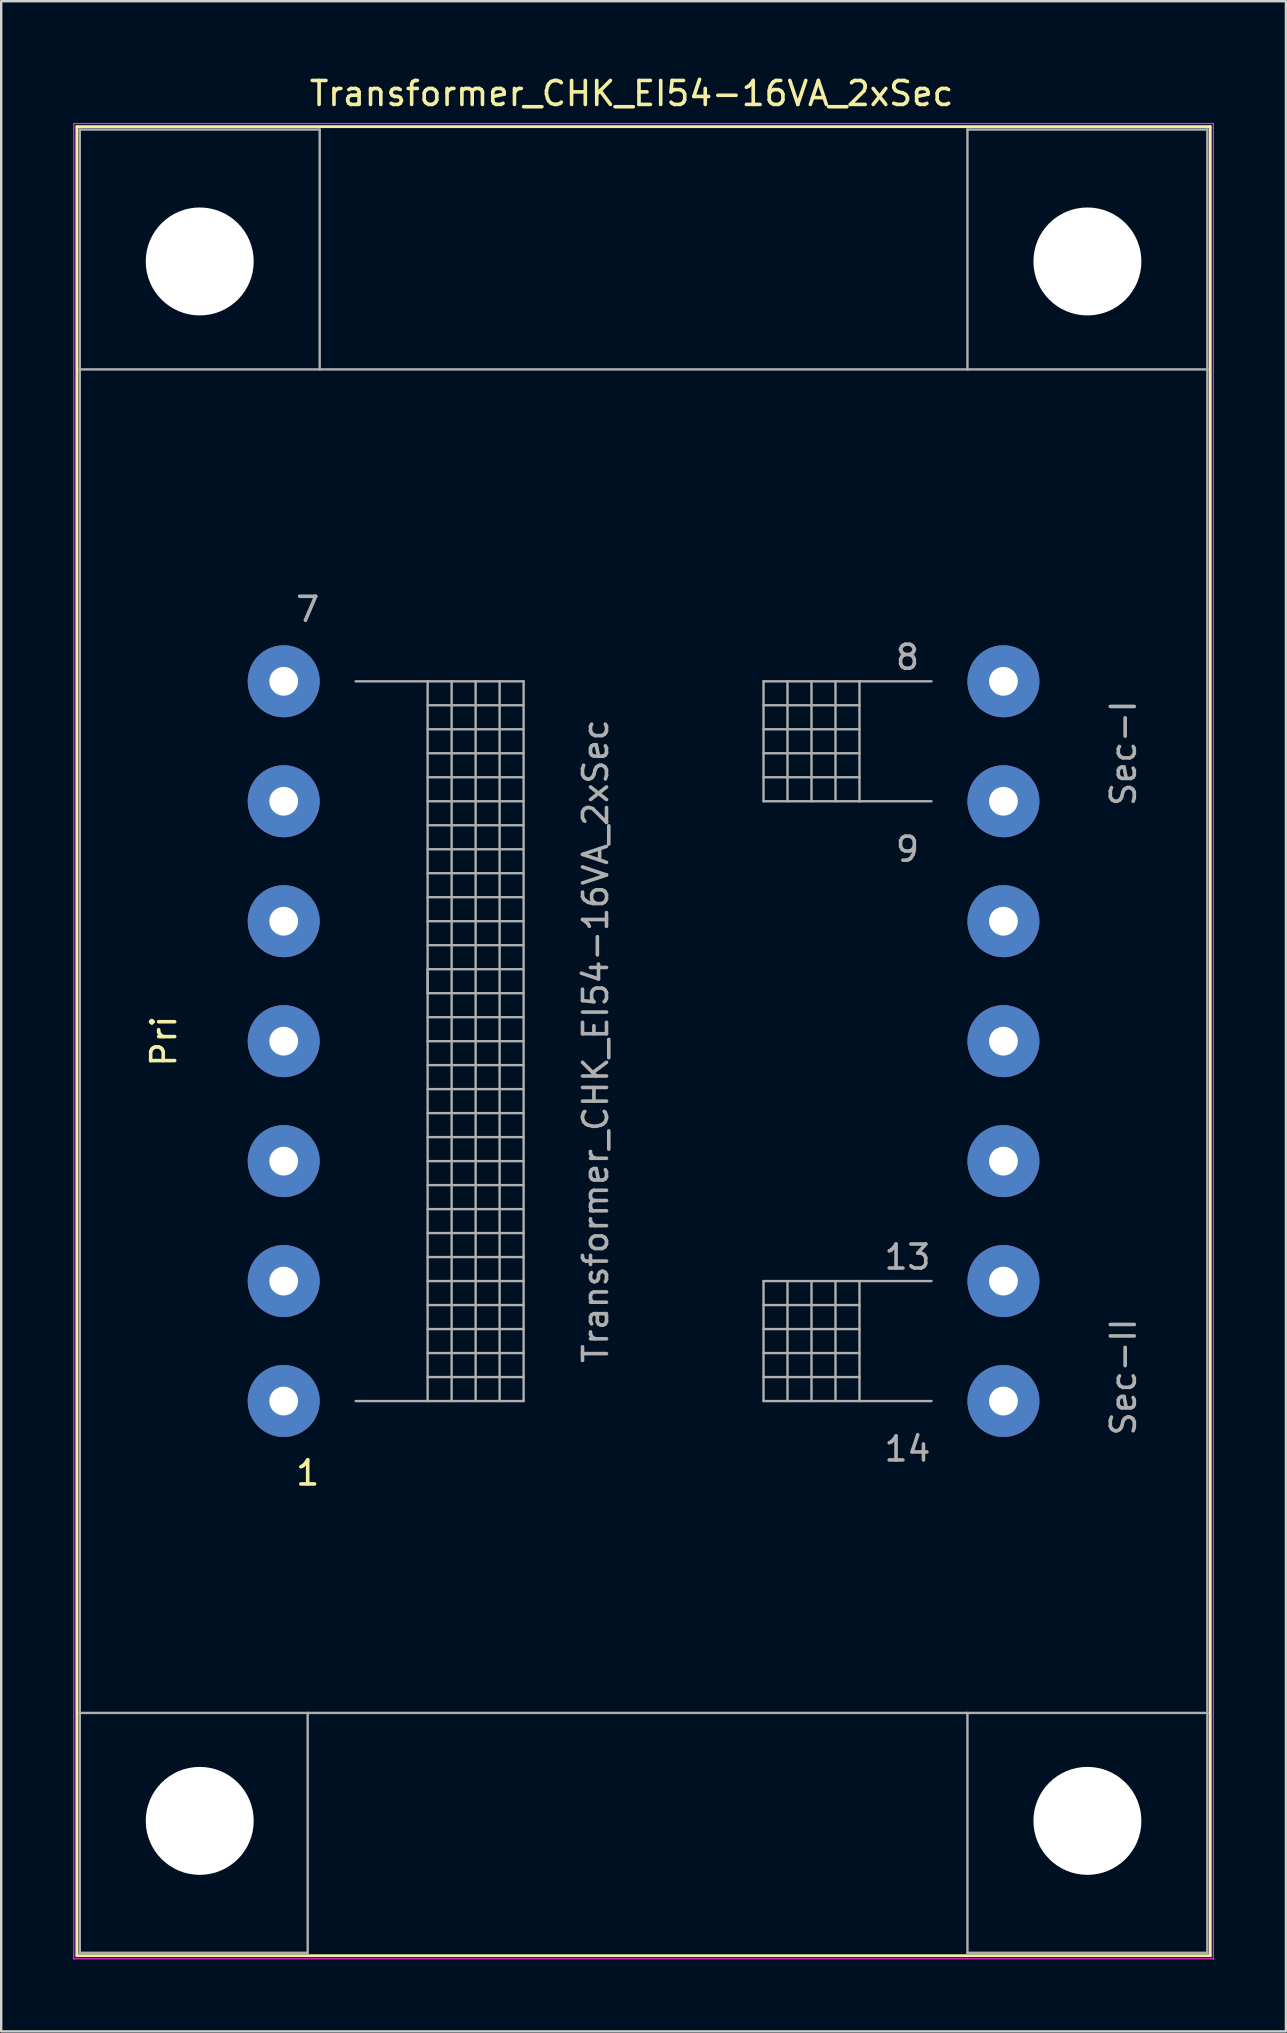
<source format=kicad_pcb>
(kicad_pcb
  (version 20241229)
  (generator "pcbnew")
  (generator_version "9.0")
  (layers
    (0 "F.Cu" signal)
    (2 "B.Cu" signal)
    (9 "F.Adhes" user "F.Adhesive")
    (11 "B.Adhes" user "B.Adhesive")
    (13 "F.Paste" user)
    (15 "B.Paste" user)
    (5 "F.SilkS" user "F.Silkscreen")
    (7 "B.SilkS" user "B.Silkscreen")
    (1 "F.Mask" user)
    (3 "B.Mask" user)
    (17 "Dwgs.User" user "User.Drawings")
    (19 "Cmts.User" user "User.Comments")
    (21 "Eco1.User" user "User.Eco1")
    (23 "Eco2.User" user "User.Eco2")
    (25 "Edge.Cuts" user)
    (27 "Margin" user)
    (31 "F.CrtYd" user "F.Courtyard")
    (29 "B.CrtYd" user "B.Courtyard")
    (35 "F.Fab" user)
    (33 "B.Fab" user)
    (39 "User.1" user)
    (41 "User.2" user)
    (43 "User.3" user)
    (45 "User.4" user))
  (footprint "Transformer_CHK_EI54-16VA_2xSec"
    (layer "F.Cu")
    (at 8.775 55.348)
    (property "Reference" "Transformer_CHK_EI54-16VA_2xSec" (at 14.5 -54.5 0) (layer "F.SilkS") (effects (font (size 1 1) (thickness 0.15))))
    (attr through_hole)
    (fp_line (start -8.62 -53.12) (end -8.62 23.12) (stroke (width 0.12) (type solid)) (layer "F.SilkS"))
    (fp_line (start -8.62 -53.12) (end 38.62 -53.12) (stroke (width 0.12) (type solid)) (layer "F.SilkS"))
    (fp_line (start 38.62 23.12) (end -8.62 23.12) (stroke (width 0.12) (type solid)) (layer "F.SilkS"))
    (fp_line (start 38.62 23.12) (end 38.62 -53.12) (stroke (width 0.12) (type solid)) (layer "F.SilkS"))
    (fp_line (start -8.75 -53.25) (end -8.75 23.25) (stroke (width 0.05) (type solid)) (layer "F.CrtYd"))
    (fp_line (start -8.75 -53.25) (end 38.75 -53.25) (stroke (width 0.05) (type solid)) (layer "F.CrtYd"))
    (fp_line (start 38.75 23.25) (end -8.75 23.25) (stroke (width 0.05) (type solid)) (layer "F.CrtYd"))
    (fp_line (start 38.75 23.25) (end 38.75 -53.25) (stroke (width 0.05) (type solid)) (layer "F.CrtYd"))
    (fp_line (start -8.5 -53) (end 1.5 -53) (stroke (width 0.1) (type solid)) (layer "F.Fab"))
    (fp_line (start -8.5 -43) (end -8.5 -53) (stroke (width 0.1) (type solid)) (layer "F.Fab"))
    (fp_line (start -8.5 -43) (end -8.5 13) (stroke (width 0.1) (type solid)) (layer "F.Fab"))
    (fp_line (start -8.5 13) (end -8.5 23) (stroke (width 0.1) (type solid)) (layer "F.Fab"))
    (fp_line (start -8.5 13) (end 38.5 13) (stroke (width 0.1) (type solid)) (layer "F.Fab"))
    (fp_line (start -8.5 23) (end 1 23) (stroke (width 0.1) (type solid)) (layer "F.Fab"))
    (fp_line (start 1 23) (end 1 13) (stroke (width 0.1) (type solid)) (layer "F.Fab"))
    (fp_line (start 1.5 -53) (end 1.5 -43) (stroke (width 0.1) (type solid)) (layer "F.Fab"))
    (fp_line (start 3 -30) (end 6 -30) (stroke (width 0.1) (type solid)) (layer "F.Fab"))
    (fp_line (start 6 -30) (end 6 0) (stroke (width 0.1) (type solid)) (layer "F.Fab"))
    (fp_line (start 6 -30) (end 10 -30) (stroke (width 0.1) (type solid)) (layer "F.Fab"))
    (fp_line (start 6 -29) (end 10 -29) (stroke (width 0.1) (type solid)) (layer "F.Fab"))
    (fp_line (start 6 -27) (end 10 -27) (stroke (width 0.1) (type solid)) (layer "F.Fab"))
    (fp_line (start 6 -25) (end 10 -25) (stroke (width 0.1) (type solid)) (layer "F.Fab"))
    (fp_line (start 6 -23) (end 10 -23) (stroke (width 0.1) (type solid)) (layer "F.Fab"))
    (fp_line (start 6 -21) (end 10 -21) (stroke (width 0.1) (type solid)) (layer "F.Fab"))
    (fp_line (start 6 -19) (end 10 -19) (stroke (width 0.1) (type solid)) (layer "F.Fab"))
    (fp_line (start 6 -18) (end 6 -17) (stroke (width 0.1) (type solid)) (layer "F.Fab"))
    (fp_line (start 6 -17) (end 10 -17) (stroke (width 0.1) (type solid)) (layer "F.Fab"))
    (fp_line (start 6 -15) (end 10 -15) (stroke (width 0.1) (type solid)) (layer "F.Fab"))
    (fp_line (start 6 -13) (end 10 -13) (stroke (width 0.1) (type solid)) (layer "F.Fab"))
    (fp_line (start 6 -11) (end 10 -11) (stroke (width 0.1) (type solid)) (layer "F.Fab"))
    (fp_line (start 6 -9) (end 10 -9) (stroke (width 0.1) (type solid)) (layer "F.Fab"))
    (fp_line (start 6 -7) (end 10 -7) (stroke (width 0.1) (type solid)) (layer "F.Fab"))
    (fp_line (start 6 -5) (end 10 -5) (stroke (width 0.1) (type solid)) (layer "F.Fab"))
    (fp_line (start 6 -3) (end 10 -3) (stroke (width 0.1) (type solid)) (layer "F.Fab"))
    (fp_line (start 6 -1) (end 10 -1) (stroke (width 0.1) (type solid)) (layer "F.Fab"))
    (fp_line (start 6 0) (end 3 0) (stroke (width 0.1) (type solid)) (layer "F.Fab"))
    (fp_line (start 7 0) (end 7 -30) (stroke (width 0.1) (type solid)) (layer "F.Fab"))
    (fp_line (start 8 -30) (end 8 0) (stroke (width 0.1) (type solid)) (layer "F.Fab"))
    (fp_line (start 9 0) (end 9 -30) (stroke (width 0.1) (type solid)) (layer "F.Fab"))
    (fp_line (start 10 -30) (end 10 0) (stroke (width 0.1) (type solid)) (layer "F.Fab"))
    (fp_line (start 10 -28) (end 6 -28) (stroke (width 0.1) (type solid)) (layer "F.Fab"))
    (fp_line (start 10 -26) (end 6 -26) (stroke (width 0.1) (type solid)) (layer "F.Fab"))
    (fp_line (start 10 -24) (end 6 -24) (stroke (width 0.1) (type solid)) (layer "F.Fab"))
    (fp_line (start 10 -22) (end 6 -22) (stroke (width 0.1) (type solid)) (layer "F.Fab"))
    (fp_line (start 10 -20) (end 6 -20) (stroke (width 0.1) (type solid)) (layer "F.Fab"))
    (fp_line (start 10 -18) (end 6 -18) (stroke (width 0.1) (type solid)) (layer "F.Fab"))
    (fp_line (start 10 -16) (end 6 -16) (stroke (width 0.1) (type solid)) (layer "F.Fab"))
    (fp_line (start 10 -14) (end 6 -14) (stroke (width 0.1) (type solid)) (layer "F.Fab"))
    (fp_line (start 10 -12) (end 6 -12) (stroke (width 0.1) (type solid)) (layer "F.Fab"))
    (fp_line (start 10 -10) (end 6 -10) (stroke (width 0.1) (type solid)) (layer "F.Fab"))
    (fp_line (start 10 -8) (end 6 -8) (stroke (width 0.1) (type solid)) (layer "F.Fab"))
    (fp_line (start 10 -6) (end 6 -6) (stroke (width 0.1) (type solid)) (layer "F.Fab"))
    (fp_line (start 10 -4) (end 6 -4) (stroke (width 0.1) (type solid)) (layer "F.Fab"))
    (fp_line (start 10 -2) (end 6 -2) (stroke (width 0.1) (type solid)) (layer "F.Fab"))
    (fp_line (start 10 0) (end 6 0) (stroke (width 0.1) (type solid)) (layer "F.Fab"))
    (fp_line (start 20 -30) (end 20 -25) (stroke (width 0.1) (type solid)) (layer "F.Fab"))
    (fp_line (start 20 -29) (end 24 -29) (stroke (width 0.1) (type solid)) (layer "F.Fab"))
    (fp_line (start 20 -27) (end 24 -27) (stroke (width 0.1) (type solid)) (layer "F.Fab"))
    (fp_line (start 20 -25) (end 24 -25) (stroke (width 0.1) (type solid)) (layer "F.Fab"))
    (fp_line (start 20 -5) (end 20 0) (stroke (width 0.1) (type solid)) (layer "F.Fab"))
    (fp_line (start 20 -4) (end 24 -4) (stroke (width 0.1) (type solid)) (layer "F.Fab"))
    (fp_line (start 20 -2) (end 24 -2) (stroke (width 0.1) (type solid)) (layer "F.Fab"))
    (fp_line (start 20 0) (end 24 0) (stroke (width 0.1) (type solid)) (layer "F.Fab"))
    (fp_line (start 21 -25) (end 21 -30) (stroke (width 0.1) (type solid)) (layer "F.Fab"))
    (fp_line (start 21 0) (end 21 -5) (stroke (width 0.1) (type solid)) (layer "F.Fab"))
    (fp_line (start 22 -30) (end 22 -25) (stroke (width 0.1) (type solid)) (layer "F.Fab"))
    (fp_line (start 22 -5) (end 22 0) (stroke (width 0.1) (type solid)) (layer "F.Fab"))
    (fp_line (start 23 -25) (end 23 -30) (stroke (width 0.1) (type solid)) (layer "F.Fab"))
    (fp_line (start 23 0) (end 23 -5) (stroke (width 0.1) (type solid)) (layer "F.Fab"))
    (fp_line (start 24 -30) (end 20 -30) (stroke (width 0.1) (type solid)) (layer "F.Fab"))
    (fp_line (start 24 -30) (end 24 -25) (stroke (width 0.1) (type solid)) (layer "F.Fab"))
    (fp_line (start 24 -28) (end 20 -28) (stroke (width 0.1) (type solid)) (layer "F.Fab"))
    (fp_line (start 24 -26) (end 20 -26) (stroke (width 0.1) (type solid)) (layer "F.Fab"))
    (fp_line (start 24 -25) (end 27 -25) (stroke (width 0.1) (type solid)) (layer "F.Fab"))
    (fp_line (start 24 -5) (end 20 -5) (stroke (width 0.1) (type solid)) (layer "F.Fab"))
    (fp_line (start 24 -5) (end 24 0) (stroke (width 0.1) (type solid)) (layer "F.Fab"))
    (fp_line (start 24 -3) (end 20 -3) (stroke (width 0.1) (type solid)) (layer "F.Fab"))
    (fp_line (start 24 -1) (end 20 -1) (stroke (width 0.1) (type solid)) (layer "F.Fab"))
    (fp_line (start 24 0) (end 27 0) (stroke (width 0.1) (type solid)) (layer "F.Fab"))
    (fp_line (start 27 -30) (end 24 -30) (stroke (width 0.1) (type solid)) (layer "F.Fab"))
    (fp_line (start 27 -5) (end 24 -5) (stroke (width 0.1) (type solid)) (layer "F.Fab"))
    (fp_line (start 28.5 -53) (end 28.5 -43) (stroke (width 0.1) (type solid)) (layer "F.Fab"))
    (fp_line (start 28.5 23) (end 28.5 13) (stroke (width 0.1) (type solid)) (layer "F.Fab"))
    (fp_line (start 38.5 -53) (end 28.5 -53) (stroke (width 0.1) (type solid)) (layer "F.Fab"))
    (fp_line (start 38.5 -43) (end -8.5 -43) (stroke (width 0.1) (type solid)) (layer "F.Fab"))
    (fp_line (start 38.5 -43) (end 38.5 -53) (stroke (width 0.1) (type solid)) (layer "F.Fab"))
    (fp_line (start 38.5 13) (end 38.5 -43) (stroke (width 0.1) (type solid)) (layer "F.Fab"))
    (fp_line (start 38.5 13) (end 38.5 23) (stroke (width 0.1) (type solid)) (layer "F.Fab"))
    (fp_line (start 38.5 23) (end 28.5 23) (stroke (width 0.1) (type solid)) (layer "F.Fab"))
    (fp_text user "Pri" (at -5 -15 90) (layer "F.SilkS") (effects (font (size 1 1) (thickness 0.15))))
    (fp_text user "1" (at 1 3 0) (layer "F.SilkS") (effects (font (size 1 1) (thickness 0.15))))
    (fp_text user "Sec-I" (at 35 -27 90) (layer "F.Fab") (effects (font (size 1 1) (thickness 0.15))))
    (fp_text user "${REFERENCE}" (at 13 -15 90) (layer "F.Fab") (effects (font (size 1 1) (thickness 0.15))))
    (fp_text user "8" (at 26 -31 0) (layer "F.Fab") (effects (font (size 1 1) (thickness 0.15))))
    (fp_text user "7" (at 1 -33 0) (layer "F.Fab") (effects (font (size 1 1) (thickness 0.15))))
    (fp_text user "14" (at 26 2 0) (layer "F.Fab") (effects (font (size 1 1) (thickness 0.15))))
    (fp_text user "Sec-II" (at 35 -1 90) (layer "F.Fab") (effects (font (size 1 1) (thickness 0.15))))
    (fp_text user "13" (at 26 -6 0) (layer "F.Fab") (effects (font (size 1 1) (thickness 0.15))))
    (fp_text user "9" (at 26 -23 0) (layer "F.Fab") (effects (font (size 1 1) (thickness 0.15))))
    (pad "" np_thru_hole circle (at -3.5 -47.5) (size 4.5 4.5) (drill 4.5) (layers "*.Cu" "*.Mask"))
    (pad "" np_thru_hole circle (at -3.5 17.5) (size 4.5 4.5) (drill 4.5) (layers "*.Cu" "*.Mask"))
    (pad "" np_thru_hole circle (at 33.5 -47.5) (size 4.5 4.5) (drill 4.5) (layers "*.Cu" "*.Mask"))
    (pad "" np_thru_hole circle (at 33.5 17.5) (size 4.5 4.5) (drill 4.5) (layers "*.Cu" "*.Mask"))
    (pad "1" thru_hole circle (at 0 0) (size 3 3) (drill 1.2) (layers "*.Cu" "*.Mask"))
    (pad "2" thru_hole circle (at 0 -5) (size 3 3) (drill 1.2) (layers "*.Cu" "*.Mask"))
    (pad "3" thru_hole circle (at 0 -10) (size 3 3) (drill 1.2) (layers "*.Cu" "*.Mask"))
    (pad "4" thru_hole circle (at 0 -15) (size 3 3) (drill 1.2) (layers "*.Cu" "*.Mask"))
    (pad "5" thru_hole circle (at 0 -20) (size 3 3) (drill 1.2) (layers "*.Cu" "*.Mask"))
    (pad "6" thru_hole circle (at 0 -25) (size 3 3) (drill 1.2) (layers "*.Cu" "*.Mask"))
    (pad "7" thru_hole circle (at 0 -30) (size 3 3) (drill 1.2) (layers "*.Cu" "*.Mask"))
    (pad "8" thru_hole circle (at 30 -30) (size 3 3) (drill 1.2) (layers "*.Cu" "*.Mask"))
    (pad "9" thru_hole circle (at 30 -25) (size 3 3) (drill 1.2) (layers "*.Cu" "*.Mask"))
    (pad "10" thru_hole circle (at 30 -20) (size 3 3) (drill 1.2) (layers "*.Cu" "*.Mask"))
    (pad "11" thru_hole circle (at 30 -15) (size 3 3) (drill 1.2) (layers "*.Cu" "*.Mask"))
    (pad "12" thru_hole circle (at 30 -10) (size 3 3) (drill 1.2) (layers "*.Cu" "*.Mask"))
    (pad "13" thru_hole circle (at 30 -5) (size 3 3) (drill 1.2) (layers "*.Cu" "*.Mask"))
    (pad "14" thru_hole circle (at 30 0) (size 3 3) (drill 1.2) (layers "*.Cu" "*.Mask")))
  (gr_rect
    (start -3 -3)
    (end 50.55 81.623)
    (stroke (width 0.1) (type default))
    (fill no)
    (layer "Edge.Cuts")))
</source>
